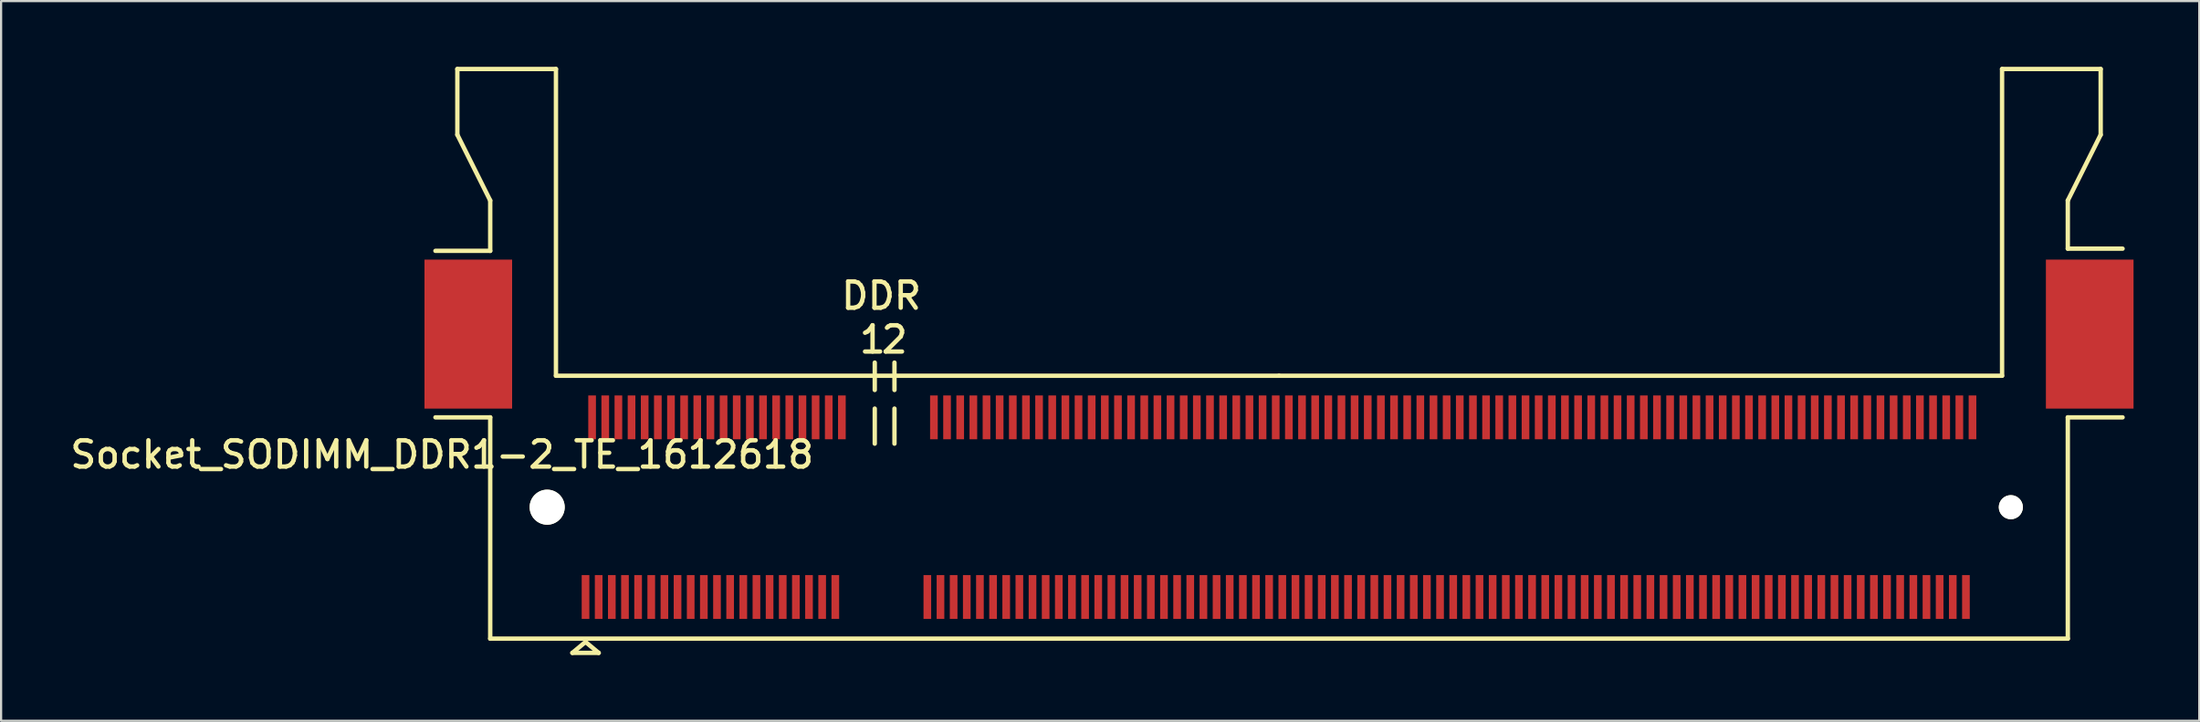
<source format=kicad_pcb>
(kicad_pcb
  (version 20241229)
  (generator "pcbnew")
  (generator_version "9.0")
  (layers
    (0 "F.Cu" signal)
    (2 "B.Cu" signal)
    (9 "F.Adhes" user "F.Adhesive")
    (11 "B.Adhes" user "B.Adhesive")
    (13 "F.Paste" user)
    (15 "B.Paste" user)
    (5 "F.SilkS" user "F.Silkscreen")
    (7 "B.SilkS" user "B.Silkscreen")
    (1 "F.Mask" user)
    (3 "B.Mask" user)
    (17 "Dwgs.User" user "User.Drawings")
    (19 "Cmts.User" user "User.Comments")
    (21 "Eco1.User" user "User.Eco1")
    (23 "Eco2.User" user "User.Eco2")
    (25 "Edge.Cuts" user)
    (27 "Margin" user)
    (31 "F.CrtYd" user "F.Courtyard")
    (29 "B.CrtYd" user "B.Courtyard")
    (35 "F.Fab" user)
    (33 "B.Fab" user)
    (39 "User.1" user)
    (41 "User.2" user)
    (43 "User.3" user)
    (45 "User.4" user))
  (footprint "Socket_SODIMM_DDR1-2_TE_1612618"
    (layer "F.Cu")
    (at 55.323 20.1)
    (property "Reference" "Socket_SODIMM_DDR1-2_TE_1612618" (at -38.2 -2.4 0) (layer "F.SilkS") (effects (font (size 1.2 1.2) (thickness 0.2))))
    (attr through_hole)
    (fp_line (start -37.5 -20) (end -37.5 -17) (stroke (width 0.2) (type solid)) (layer "F.SilkS"))
    (fp_line (start -37.5 -17) (end -36 -14) (stroke (width 0.2) (type solid)) (layer "F.SilkS"))
    (fp_line (start -36 -14) (end -36 -11.7) (stroke (width 0.2) (type solid)) (layer "F.SilkS"))
    (fp_line (start -36 -11.7) (end -38.5 -11.7) (stroke (width 0.2) (type solid)) (layer "F.SilkS"))
    (fp_line (start -36 -4.1) (end -38.5 -4.1) (stroke (width 0.2) (type solid)) (layer "F.SilkS"))
    (fp_line (start -36 -4.1) (end -36 6) (stroke (width 0.2) (type solid)) (layer "F.SilkS"))
    (fp_line (start -36 6) (end 36 6) (stroke (width 0.2) (type solid)) (layer "F.SilkS"))
    (fp_line (start -33 -20) (end -37.5 -20) (stroke (width 0.2) (type solid)) (layer "F.SilkS"))
    (fp_line (start -33 -6) (end -33 -20) (stroke (width 0.2) (type solid)) (layer "F.SilkS"))
    (fp_line (start -32.25 6.65) (end -31.65 6.15) (stroke (width 0.2) (type solid)) (layer "F.SilkS"))
    (fp_line (start -31.65 6.15) (end -31.05 6.65) (stroke (width 0.2) (type solid)) (layer "F.SilkS"))
    (fp_line (start -31.05 6.65) (end -32.25 6.65) (stroke (width 0.2) (type solid)) (layer "F.SilkS"))
    (fp_line (start -18.45 -5.35) (end -18.45 -6.6) (stroke (width 0.2) (type solid)) (layer "F.SilkS"))
    (fp_line (start -18.45 -4.5) (end -18.45 -2.9) (stroke (width 0.2) (type solid)) (layer "F.SilkS"))
    (fp_line (start -17.55 -5.35) (end -17.55 -6.6) (stroke (width 0.2) (type solid)) (layer "F.SilkS"))
    (fp_line (start -17.55 -4.5) (end -17.55 -2.9) (stroke (width 0.2) (type solid)) (layer "F.SilkS"))
    (fp_line (start 0 -6) (end -33 -6) (stroke (width 0.2) (type solid)) (layer "F.SilkS"))
    (fp_line (start 33 -20) (end 33 -6) (stroke (width 0.2) (type solid)) (layer "F.SilkS"))
    (fp_line (start 33 -6) (end 0 -6) (stroke (width 0.2) (type solid)) (layer "F.SilkS"))
    (fp_line (start 36 -14) (end 36 -11.8) (stroke (width 0.2) (type solid)) (layer "F.SilkS"))
    (fp_line (start 36 -14) (end 37.5 -17) (stroke (width 0.2) (type solid)) (layer "F.SilkS"))
    (fp_line (start 36 -11.8) (end 38.5 -11.8) (stroke (width 0.2) (type solid)) (layer "F.SilkS"))
    (fp_line (start 36 -4.1) (end 38.5 -4.1) (stroke (width 0.2) (type solid)) (layer "F.SilkS"))
    (fp_line (start 36 6) (end 36 -4.1) (stroke (width 0.2) (type solid)) (layer "F.SilkS"))
    (fp_line (start 37.5 -20) (end 33 -20) (stroke (width 0.2) (type solid)) (layer "F.SilkS"))
    (fp_line (start 37.5 -17) (end 37.5 -20) (stroke (width 0.2) (type solid)) (layer "F.SilkS"))
    (fp_text user "2" (at -17.55 -7.65 0) (layer "F.SilkS") (effects (font (size 1.2 1.2) (thickness 0.2))))
    (fp_text user "DDR" (at -18.15 -9.65 0) (layer "F.SilkS") (effects (font (size 1.2 1.2) (thickness 0.2))))
    (fp_text user "1" (at -18.55 -7.65 0) (layer "F.SilkS") (effects (font (size 1.2 1.2) (thickness 0.2))))
    (pad "" smd rect (at -37 -7.9) (size 4 6.8) (layers "F.Cu" "F.Mask" "F.Paste"))
    (pad "" np_thru_hole circle (at -33.4 0) (size 1.6 1.6) (drill 1.6) (layers "*.Cu" "*.Mask" "F.SilkS"))
    (pad "" np_thru_hole circle (at 33.4 0) (size 1.1 1.1) (drill 1.1) (layers "*.Cu" "*.Mask" "F.SilkS"))
    (pad "" smd rect (at 37 -7.9) (size 4 6.8) (layers "F.Cu" "F.Mask" "F.Paste"))
    (pad "1" smd rect (at -31.65 4.1) (size 0.35 2) (layers "F.Cu" "F.Mask" "F.Paste"))
    (pad "2" smd rect (at -31.35 -4.1) (size 0.35 2) (layers "F.Cu" "F.Mask" "F.Paste"))
    (pad "3" smd rect (at -31.05 4.1) (size 0.35 2) (layers "F.Cu" "F.Mask" "F.Paste"))
    (pad "4" smd rect (at -30.75 -4.1) (size 0.35 2) (layers "F.Cu" "F.Mask" "F.Paste"))
    (pad "5" smd rect (at -30.45 4.1) (size 0.35 2) (layers "F.Cu" "F.Mask" "F.Paste"))
    (pad "6" smd rect (at -30.15 -4.1) (size 0.35 2) (layers "F.Cu" "F.Mask" "F.Paste"))
    (pad "7" smd rect (at -29.85 4.1) (size 0.35 2) (layers "F.Cu" "F.Mask" "F.Paste"))
    (pad "8" smd rect (at -29.55 -4.1) (size 0.35 2) (layers "F.Cu" "F.Mask" "F.Paste"))
    (pad "9" smd rect (at -29.25 4.1) (size 0.35 2) (layers "F.Cu" "F.Mask" "F.Paste"))
    (pad "10" smd rect (at -28.95 -4.1) (size 0.35 2) (layers "F.Cu" "F.Mask" "F.Paste"))
    (pad "11" smd rect (at -28.65 4.1) (size 0.35 2) (layers "F.Cu" "F.Mask" "F.Paste"))
    (pad "12" smd rect (at -28.35 -4.1) (size 0.35 2) (layers "F.Cu" "F.Mask" "F.Paste"))
    (pad "13" smd rect (at -28.05 4.1) (size 0.35 2) (layers "F.Cu" "F.Mask" "F.Paste"))
    (pad "14" smd rect (at -27.75 -4.1) (size 0.35 2) (layers "F.Cu" "F.Mask" "F.Paste"))
    (pad "15" smd rect (at -27.45 4.1) (size 0.35 2) (layers "F.Cu" "F.Mask" "F.Paste"))
    (pad "16" smd rect (at -27.15 -4.1) (size 0.35 2) (layers "F.Cu" "F.Mask" "F.Paste"))
    (pad "17" smd rect (at -26.85 4.1) (size 0.35 2) (layers "F.Cu" "F.Mask" "F.Paste"))
    (pad "18" smd rect (at -26.55 -4.1) (size 0.35 2) (layers "F.Cu" "F.Mask" "F.Paste"))
    (pad "19" smd rect (at -26.25 4.1) (size 0.35 2) (layers "F.Cu" "F.Mask" "F.Paste"))
    (pad "20" smd rect (at -25.95 -4.1) (size 0.35 2) (layers "F.Cu" "F.Mask" "F.Paste"))
    (pad "21" smd rect (at -25.65 4.1) (size 0.35 2) (layers "F.Cu" "F.Mask" "F.Paste"))
    (pad "22" smd rect (at -25.35 -4.1) (size 0.35 2) (layers "F.Cu" "F.Mask" "F.Paste"))
    (pad "23" smd rect (at -25.05 4.1) (size 0.35 2) (layers "F.Cu" "F.Mask" "F.Paste"))
    (pad "24" smd rect (at -24.75 -4.1) (size 0.35 2) (layers "F.Cu" "F.Mask" "F.Paste"))
    (pad "25" smd rect (at -24.45 4.1) (size 0.35 2) (layers "F.Cu" "F.Mask" "F.Paste"))
    (pad "26" smd rect (at -24.15 -4.1) (size 0.35 2) (layers "F.Cu" "F.Mask" "F.Paste"))
    (pad "27" smd rect (at -23.85 4.1) (size 0.35 2) (layers "F.Cu" "F.Mask" "F.Paste"))
    (pad "28" smd rect (at -23.55 -4.1) (size 0.35 2) (layers "F.Cu" "F.Mask" "F.Paste"))
    (pad "29" smd rect (at -23.25 4.1) (size 0.35 2) (layers "F.Cu" "F.Mask" "F.Paste"))
    (pad "30" smd rect (at -22.95 -4.1) (size 0.35 2) (layers "F.Cu" "F.Mask" "F.Paste"))
    (pad "31" smd rect (at -22.65 4.1) (size 0.35 2) (layers "F.Cu" "F.Mask" "F.Paste"))
    (pad "32" smd rect (at -22.35 -4.1) (size 0.35 2) (layers "F.Cu" "F.Mask" "F.Paste"))
    (pad "33" smd rect (at -22.05 4.1) (size 0.35 2) (layers "F.Cu" "F.Mask" "F.Paste"))
    (pad "34" smd rect (at -21.75 -4.1) (size 0.35 2) (layers "F.Cu" "F.Mask" "F.Paste"))
    (pad "35" smd rect (at -21.45 4.1) (size 0.35 2) (layers "F.Cu" "F.Mask" "F.Paste"))
    (pad "36" smd rect (at -21.15 -4.1) (size 0.35 2) (layers "F.Cu" "F.Mask" "F.Paste"))
    (pad "37" smd rect (at -20.85 4.1) (size 0.35 2) (layers "F.Cu" "F.Mask" "F.Paste"))
    (pad "38" smd rect (at -20.55 -4.1) (size 0.35 2) (layers "F.Cu" "F.Mask" "F.Paste"))
    (pad "39" smd rect (at -20.25 4.1) (size 0.35 2) (layers "F.Cu" "F.Mask" "F.Paste"))
    (pad "40" smd rect (at -19.95 -4.1) (size 0.35 2) (layers "F.Cu" "F.Mask" "F.Paste"))
    (pad "41" smd rect (at -16.05 4.1) (size 0.35 2) (layers "F.Cu" "F.Mask" "F.Paste"))
    (pad "42" smd rect (at -15.75 -4.1) (size 0.35 2) (layers "F.Cu" "F.Mask" "F.Paste"))
    (pad "43" smd rect (at -15.45 4.1) (size 0.35 2) (layers "F.Cu" "F.Mask" "F.Paste"))
    (pad "44" smd rect (at -15.15 -4.1) (size 0.35 2) (layers "F.Cu" "F.Mask" "F.Paste"))
    (pad "45" smd rect (at -14.85 4.1) (size 0.35 2) (layers "F.Cu" "F.Mask" "F.Paste"))
    (pad "46" smd rect (at -14.55 -4.1) (size 0.35 2) (layers "F.Cu" "F.Mask" "F.Paste"))
    (pad "47" smd rect (at -14.25 4.1) (size 0.35 2) (layers "F.Cu" "F.Mask" "F.Paste"))
    (pad "48" smd rect (at -13.95 -4.1) (size 0.35 2) (layers "F.Cu" "F.Mask" "F.Paste"))
    (pad "49" smd rect (at -13.65 4.1) (size 0.35 2) (layers "F.Cu" "F.Mask" "F.Paste"))
    (pad "50" smd rect (at -13.35 -4.1) (size 0.35 2) (layers "F.Cu" "F.Mask" "F.Paste"))
    (pad "51" smd rect (at -13.05 4.1) (size 0.35 2) (layers "F.Cu" "F.Mask" "F.Paste"))
    (pad "52" smd rect (at -12.75 -4.1) (size 0.35 2) (layers "F.Cu" "F.Mask" "F.Paste"))
    (pad "53" smd rect (at -12.45 4.1) (size 0.35 2) (layers "F.Cu" "F.Mask" "F.Paste"))
    (pad "54" smd rect (at -12.15 -4.1) (size 0.35 2) (layers "F.Cu" "F.Mask" "F.Paste"))
    (pad "55" smd rect (at -11.85 4.1) (size 0.35 2) (layers "F.Cu" "F.Mask" "F.Paste"))
    (pad "56" smd rect (at -11.55 -4.1) (size 0.35 2) (layers "F.Cu" "F.Mask" "F.Paste"))
    (pad "57" smd rect (at -11.25 4.1) (size 0.35 2) (layers "F.Cu" "F.Mask" "F.Paste"))
    (pad "58" smd rect (at -10.95 -4.1) (size 0.35 2) (layers "F.Cu" "F.Mask" "F.Paste"))
    (pad "59" smd rect (at -10.65 4.1) (size 0.35 2) (layers "F.Cu" "F.Mask" "F.Paste"))
    (pad "60" smd rect (at -10.35 -4.1) (size 0.35 2) (layers "F.Cu" "F.Mask" "F.Paste"))
    (pad "61" smd rect (at -10.05 4.1) (size 0.35 2) (layers "F.Cu" "F.Mask" "F.Paste"))
    (pad "62" smd rect (at -9.75 -4.1) (size 0.35 2) (layers "F.Cu" "F.Mask" "F.Paste"))
    (pad "63" smd rect (at -9.45 4.1) (size 0.35 2) (layers "F.Cu" "F.Mask" "F.Paste"))
    (pad "64" smd rect (at -9.15 -4.1) (size 0.35 2) (layers "F.Cu" "F.Mask" "F.Paste"))
    (pad "65" smd rect (at -8.85 4.1) (size 0.35 2) (layers "F.Cu" "F.Mask" "F.Paste"))
    (pad "66" smd rect (at -8.55 -4.1) (size 0.35 2) (layers "F.Cu" "F.Mask" "F.Paste"))
    (pad "67" smd rect (at -8.25 4.1) (size 0.35 2) (layers "F.Cu" "F.Mask" "F.Paste"))
    (pad "68" smd rect (at -7.95 -4.1) (size 0.35 2) (layers "F.Cu" "F.Mask" "F.Paste"))
    (pad "69" smd rect (at -7.65 4.1) (size 0.35 2) (layers "F.Cu" "F.Mask" "F.Paste"))
    (pad "70" smd rect (at -7.35 -4.1) (size 0.35 2) (layers "F.Cu" "F.Mask" "F.Paste"))
    (pad "71" smd rect (at -7.05 4.1) (size 0.35 2) (layers "F.Cu" "F.Mask" "F.Paste"))
    (pad "72" smd rect (at -6.75 -4.1) (size 0.35 2) (layers "F.Cu" "F.Mask" "F.Paste"))
    (pad "73" smd rect (at -6.45 4.1) (size 0.35 2) (layers "F.Cu" "F.Mask" "F.Paste"))
    (pad "74" smd rect (at -6.15 -4.1) (size 0.35 2) (layers "F.Cu" "F.Mask" "F.Paste"))
    (pad "75" smd rect (at -5.85 4.1) (size 0.35 2) (layers "F.Cu" "F.Mask" "F.Paste"))
    (pad "76" smd rect (at -5.55 -4.1) (size 0.35 2) (layers "F.Cu" "F.Mask" "F.Paste"))
    (pad "77" smd rect (at -5.25 4.1) (size 0.35 2) (layers "F.Cu" "F.Mask" "F.Paste"))
    (pad "78" smd rect (at -4.95 -4.1) (size 0.35 2) (layers "F.Cu" "F.Mask" "F.Paste"))
    (pad "79" smd rect (at -4.65 4.1) (size 0.35 2) (layers "F.Cu" "F.Mask" "F.Paste"))
    (pad "80" smd rect (at -4.35 -4.1) (size 0.35 2) (layers "F.Cu" "F.Mask" "F.Paste"))
    (pad "81" smd rect (at -4.05 4.1) (size 0.35 2) (layers "F.Cu" "F.Mask" "F.Paste"))
    (pad "82" smd rect (at -3.75 -4.1) (size 0.35 2) (layers "F.Cu" "F.Mask" "F.Paste"))
    (pad "83" smd rect (at -3.45 4.1) (size 0.35 2) (layers "F.Cu" "F.Mask" "F.Paste"))
    (pad "84" smd rect (at -3.15 -4.1) (size 0.35 2) (layers "F.Cu" "F.Mask" "F.Paste"))
    (pad "85" smd rect (at -2.85 4.1) (size 0.35 2) (layers "F.Cu" "F.Mask" "F.Paste"))
    (pad "86" smd rect (at -2.55 -4.1) (size 0.35 2) (layers "F.Cu" "F.Mask" "F.Paste"))
    (pad "87" smd rect (at -2.25 4.1) (size 0.35 2) (layers "F.Cu" "F.Mask" "F.Paste"))
    (pad "88" smd rect (at -1.95 -4.1) (size 0.35 2) (layers "F.Cu" "F.Mask" "F.Paste"))
    (pad "89" smd rect (at -1.65 4.1) (size 0.35 2) (layers "F.Cu" "F.Mask" "F.Paste"))
    (pad "90" smd rect (at -1.35 -4.1) (size 0.35 2) (layers "F.Cu" "F.Mask" "F.Paste"))
    (pad "91" smd rect (at -1.05 4.1) (size 0.35 2) (layers "F.Cu" "F.Mask" "F.Paste"))
    (pad "92" smd rect (at -0.75 -4.1) (size 0.35 2) (layers "F.Cu" "F.Mask" "F.Paste"))
    (pad "93" smd rect (at -0.45 4.1) (size 0.35 2) (layers "F.Cu" "F.Mask" "F.Paste"))
    (pad "94" smd rect (at -0.15 -4.1) (size 0.35 2) (layers "F.Cu" "F.Mask" "F.Paste"))
    (pad "95" smd rect (at 0.15 4.1) (size 0.35 2) (layers "F.Cu" "F.Mask" "F.Paste"))
    (pad "96" smd rect (at 0.45 -4.1) (size 0.35 2) (layers "F.Cu" "F.Mask" "F.Paste"))
    (pad "97" smd rect (at 0.75 4.1) (size 0.35 2) (layers "F.Cu" "F.Mask" "F.Paste"))
    (pad "98" smd rect (at 1.05 -4.1) (size 0.35 2) (layers "F.Cu" "F.Mask" "F.Paste"))
    (pad "99" smd rect (at 1.35 4.1) (size 0.35 2) (layers "F.Cu" "F.Mask" "F.Paste"))
    (pad "100" smd rect (at 1.65 -4.1) (size 0.35 2) (layers "F.Cu" "F.Mask" "F.Paste"))
    (pad "101" smd rect (at 1.95 4.1) (size 0.35 2) (layers "F.Cu" "F.Mask" "F.Paste"))
    (pad "102" smd rect (at 2.25 -4.1) (size 0.35 2) (layers "F.Cu" "F.Mask" "F.Paste"))
    (pad "103" smd rect (at 2.55 4.1) (size 0.35 2) (layers "F.Cu" "F.Mask" "F.Paste"))
    (pad "104" smd rect (at 2.85 -4.1) (size 0.35 2) (layers "F.Cu" "F.Mask" "F.Paste"))
    (pad "105" smd rect (at 3.15 4.1) (size 0.35 2) (layers "F.Cu" "F.Mask" "F.Paste"))
    (pad "106" smd rect (at 3.45 -4.1) (size 0.35 2) (layers "F.Cu" "F.Mask" "F.Paste"))
    (pad "107" smd rect (at 3.75 4.1) (size 0.35 2) (layers "F.Cu" "F.Mask" "F.Paste"))
    (pad "108" smd rect (at 4.05 -4.1) (size 0.35 2) (layers "F.Cu" "F.Mask" "F.Paste"))
    (pad "109" smd rect (at 4.35 4.1) (size 0.35 2) (layers "F.Cu" "F.Mask" "F.Paste"))
    (pad "110" smd rect (at 4.65 -4.1) (size 0.35 2) (layers "F.Cu" "F.Mask" "F.Paste"))
    (pad "111" smd rect (at 4.95 4.1) (size 0.35 2) (layers "F.Cu" "F.Mask" "F.Paste"))
    (pad "112" smd rect (at 5.25 -4.1) (size 0.35 2) (layers "F.Cu" "F.Mask" "F.Paste"))
    (pad "113" smd rect (at 5.55 4.1) (size 0.35 2) (layers "F.Cu" "F.Mask" "F.Paste"))
    (pad "114" smd rect (at 5.85 -4.1) (size 0.35 2) (layers "F.Cu" "F.Mask" "F.Paste"))
    (pad "115" smd rect (at 6.15 4.1) (size 0.35 2) (layers "F.Cu" "F.Mask" "F.Paste"))
    (pad "116" smd rect (at 6.45 -4.1) (size 0.35 2) (layers "F.Cu" "F.Mask" "F.Paste"))
    (pad "117" smd rect (at 6.75 4.1) (size 0.35 2) (layers "F.Cu" "F.Mask" "F.Paste"))
    (pad "118" smd rect (at 7.05 -4.1) (size 0.35 2) (layers "F.Cu" "F.Mask" "F.Paste"))
    (pad "119" smd rect (at 7.35 4.1) (size 0.35 2) (layers "F.Cu" "F.Mask" "F.Paste"))
    (pad "120" smd rect (at 7.65 -4.1) (size 0.35 2) (layers "F.Cu" "F.Mask" "F.Paste"))
    (pad "121" smd rect (at 7.95 4.1) (size 0.35 2) (layers "F.Cu" "F.Mask" "F.Paste"))
    (pad "122" smd rect (at 8.25 -4.1) (size 0.35 2) (layers "F.Cu" "F.Mask" "F.Paste"))
    (pad "123" smd rect (at 8.55 4.1) (size 0.35 2) (layers "F.Cu" "F.Mask" "F.Paste"))
    (pad "124" smd rect (at 8.85 -4.1) (size 0.35 2) (layers "F.Cu" "F.Mask" "F.Paste"))
    (pad "125" smd rect (at 9.15 4.1) (size 0.35 2) (layers "F.Cu" "F.Mask" "F.Paste"))
    (pad "126" smd rect (at 9.45 -4.1) (size 0.35 2) (layers "F.Cu" "F.Mask" "F.Paste"))
    (pad "127" smd rect (at 9.75 4.1) (size 0.35 2) (layers "F.Cu" "F.Mask" "F.Paste"))
    (pad "128" smd rect (at 10.05 -4.1) (size 0.35 2) (layers "F.Cu" "F.Mask" "F.Paste"))
    (pad "129" smd rect (at 10.35 4.1) (size 0.35 2) (layers "F.Cu" "F.Mask" "F.Paste"))
    (pad "130" smd rect (at 10.65 -4.1) (size 0.35 2) (layers "F.Cu" "F.Mask" "F.Paste"))
    (pad "131" smd rect (at 10.95 4.1) (size 0.35 2) (layers "F.Cu" "F.Mask" "F.Paste"))
    (pad "132" smd rect (at 11.25 -4.1) (size 0.35 2) (layers "F.Cu" "F.Mask" "F.Paste"))
    (pad "133" smd rect (at 11.55 4.1) (size 0.35 2) (layers "F.Cu" "F.Mask" "F.Paste"))
    (pad "134" smd rect (at 11.85 -4.1) (size 0.35 2) (layers "F.Cu" "F.Mask" "F.Paste"))
    (pad "135" smd rect (at 12.15 4.1) (size 0.35 2) (layers "F.Cu" "F.Mask" "F.Paste"))
    (pad "136" smd rect (at 12.45 -4.1) (size 0.35 2) (layers "F.Cu" "F.Mask" "F.Paste"))
    (pad "137" smd rect (at 12.75 4.1) (size 0.35 2) (layers "F.Cu" "F.Mask" "F.Paste"))
    (pad "138" smd rect (at 13.05 -4.1) (size 0.35 2) (layers "F.Cu" "F.Mask" "F.Paste"))
    (pad "139" smd rect (at 13.35 4.1) (size 0.35 2) (layers "F.Cu" "F.Mask" "F.Paste"))
    (pad "140" smd rect (at 13.65 -4.1) (size 0.35 2) (layers "F.Cu" "F.Mask" "F.Paste"))
    (pad "141" smd rect (at 13.95 4.1) (size 0.35 2) (layers "F.Cu" "F.Mask" "F.Paste"))
    (pad "142" smd rect (at 14.25 -4.1) (size 0.35 2) (layers "F.Cu" "F.Mask" "F.Paste"))
    (pad "143" smd rect (at 14.55 4.1) (size 0.35 2) (layers "F.Cu" "F.Mask" "F.Paste"))
    (pad "144" smd rect (at 14.85 -4.1) (size 0.35 2) (layers "F.Cu" "F.Mask" "F.Paste"))
    (pad "145" smd rect (at 15.15 4.1) (size 0.35 2) (layers "F.Cu" "F.Mask" "F.Paste"))
    (pad "146" smd rect (at 15.45 -4.1) (size 0.35 2) (layers "F.Cu" "F.Mask" "F.Paste"))
    (pad "147" smd rect (at 15.75 4.1) (size 0.35 2) (layers "F.Cu" "F.Mask" "F.Paste"))
    (pad "148" smd rect (at 16.05 -4.1) (size 0.35 2) (layers "F.Cu" "F.Mask" "F.Paste"))
    (pad "149" smd rect (at 16.35 4.1) (size 0.35 2) (layers "F.Cu" "F.Mask" "F.Paste"))
    (pad "150" smd rect (at 16.65 -4.1) (size 0.35 2) (layers "F.Cu" "F.Mask" "F.Paste"))
    (pad "151" smd rect (at 16.95 4.1) (size 0.35 2) (layers "F.Cu" "F.Mask" "F.Paste"))
    (pad "152" smd rect (at 17.25 -4.1) (size 0.35 2) (layers "F.Cu" "F.Mask" "F.Paste"))
    (pad "153" smd rect (at 17.55 4.1) (size 0.35 2) (layers "F.Cu" "F.Mask" "F.Paste"))
    (pad "154" smd rect (at 17.85 -4.1) (size 0.35 2) (layers "F.Cu" "F.Mask" "F.Paste"))
    (pad "155" smd rect (at 18.15 4.1) (size 0.35 2) (layers "F.Cu" "F.Mask" "F.Paste"))
    (pad "156" smd rect (at 18.45 -4.1) (size 0.35 2) (layers "F.Cu" "F.Mask" "F.Paste"))
    (pad "157" smd rect (at 18.75 4.1) (size 0.35 2) (layers "F.Cu" "F.Mask" "F.Paste"))
    (pad "158" smd rect (at 19.05 -4.1) (size 0.35 2) (layers "F.Cu" "F.Mask" "F.Paste"))
    (pad "159" smd rect (at 19.35 4.1) (size 0.35 2) (layers "F.Cu" "F.Mask" "F.Paste"))
    (pad "160" smd rect (at 19.65 -4.1) (size 0.35 2) (layers "F.Cu" "F.Mask" "F.Paste"))
    (pad "161" smd rect (at 19.95 4.1) (size 0.35 2) (layers "F.Cu" "F.Mask" "F.Paste"))
    (pad "162" smd rect (at 20.25 -4.1) (size 0.35 2) (layers "F.Cu" "F.Mask" "F.Paste"))
    (pad "163" smd rect (at 20.55 4.1) (size 0.35 2) (layers "F.Cu" "F.Mask" "F.Paste"))
    (pad "164" smd rect (at 20.85 -4.1) (size 0.35 2) (layers "F.Cu" "F.Mask" "F.Paste"))
    (pad "165" smd rect (at 21.15 4.1) (size 0.35 2) (layers "F.Cu" "F.Mask" "F.Paste"))
    (pad "166" smd rect (at 21.45 -4.1) (size 0.35 2) (layers "F.Cu" "F.Mask" "F.Paste"))
    (pad "167" smd rect (at 21.75 4.1) (size 0.35 2) (layers "F.Cu" "F.Mask" "F.Paste"))
    (pad "168" smd rect (at 22.05 -4.1) (size 0.35 2) (layers "F.Cu" "F.Mask" "F.Paste"))
    (pad "169" smd rect (at 22.35 4.1) (size 0.35 2) (layers "F.Cu" "F.Mask" "F.Paste"))
    (pad "170" smd rect (at 22.65 -4.1) (size 0.35 2) (layers "F.Cu" "F.Mask" "F.Paste"))
    (pad "171" smd rect (at 22.95 4.1) (size 0.35 2) (layers "F.Cu" "F.Mask" "F.Paste"))
    (pad "172" smd rect (at 23.25 -4.1) (size 0.35 2) (layers "F.Cu" "F.Mask" "F.Paste"))
    (pad "173" smd rect (at 23.55 4.1) (size 0.35 2) (layers "F.Cu" "F.Mask" "F.Paste"))
    (pad "174" smd rect (at 23.85 -4.1) (size 0.35 2) (layers "F.Cu" "F.Mask" "F.Paste"))
    (pad "175" smd rect (at 24.15 4.1) (size 0.35 2) (layers "F.Cu" "F.Mask" "F.Paste"))
    (pad "176" smd rect (at 24.45 -4.1) (size 0.35 2) (layers "F.Cu" "F.Mask" "F.Paste"))
    (pad "177" smd rect (at 24.75 4.1) (size 0.35 2) (layers "F.Cu" "F.Mask" "F.Paste"))
    (pad "178" smd rect (at 25.05 -4.1) (size 0.35 2) (layers "F.Cu" "F.Mask" "F.Paste"))
    (pad "179" smd rect (at 25.35 4.1) (size 0.35 2) (layers "F.Cu" "F.Mask" "F.Paste"))
    (pad "180" smd rect (at 25.65 -4.1) (size 0.35 2) (layers "F.Cu" "F.Mask" "F.Paste"))
    (pad "181" smd rect (at 25.95 4.1) (size 0.35 2) (layers "F.Cu" "F.Mask" "F.Paste"))
    (pad "182" smd rect (at 26.25 -4.1) (size 0.35 2) (layers "F.Cu" "F.Mask" "F.Paste"))
    (pad "183" smd rect (at 26.55 4.1) (size 0.35 2) (layers "F.Cu" "F.Mask" "F.Paste"))
    (pad "184" smd rect (at 26.85 -4.1) (size 0.35 2) (layers "F.Cu" "F.Mask" "F.Paste"))
    (pad "185" smd rect (at 27.15 4.1) (size 0.35 2) (layers "F.Cu" "F.Mask" "F.Paste"))
    (pad "186" smd rect (at 27.45 -4.1) (size 0.35 2) (layers "F.Cu" "F.Mask" "F.Paste"))
    (pad "187" smd rect (at 27.75 4.1) (size 0.35 2) (layers "F.Cu" "F.Mask" "F.Paste"))
    (pad "188" smd rect (at 28.05 -4.1) (size 0.35 2) (layers "F.Cu" "F.Mask" "F.Paste"))
    (pad "189" smd rect (at 28.35 4.1) (size 0.35 2) (layers "F.Cu" "F.Mask" "F.Paste"))
    (pad "190" smd rect (at 28.65 -4.1) (size 0.35 2) (layers "F.Cu" "F.Mask" "F.Paste"))
    (pad "191" smd rect (at 28.95 4.1) (size 0.35 2) (layers "F.Cu" "F.Mask" "F.Paste"))
    (pad "192" smd rect (at 29.25 -4.1) (size 0.35 2) (layers "F.Cu" "F.Mask" "F.Paste"))
    (pad "193" smd rect (at 29.55 4.1) (size 0.35 2) (layers "F.Cu" "F.Mask" "F.Paste"))
    (pad "194" smd rect (at 29.85 -4.1) (size 0.35 2) (layers "F.Cu" "F.Mask" "F.Paste"))
    (pad "195" smd rect (at 30.15 4.1) (size 0.35 2) (layers "F.Cu" "F.Mask" "F.Paste"))
    (pad "196" smd rect (at 30.45 -4.1) (size 0.35 2) (layers "F.Cu" "F.Mask" "F.Paste"))
    (pad "197" smd rect (at 30.75 4.1) (size 0.35 2) (layers "F.Cu" "F.Mask" "F.Paste"))
    (pad "198" smd rect (at 31.05 -4.1) (size 0.35 2) (layers "F.Cu" "F.Mask" "F.Paste"))
    (pad "199" smd rect (at 31.35 4.1) (size 0.35 2) (layers "F.Cu" "F.Mask" "F.Paste"))
    (pad "200" smd rect (at 31.65 -4.1) (size 0.35 2) (layers "F.Cu" "F.Mask" "F.Paste")))
  (gr_rect
    (start -3 -3)
    (end 97.323 29.85)
    (stroke (width 0.1) (type default))
    (fill no)
    (layer "Edge.Cuts")))
</source>
